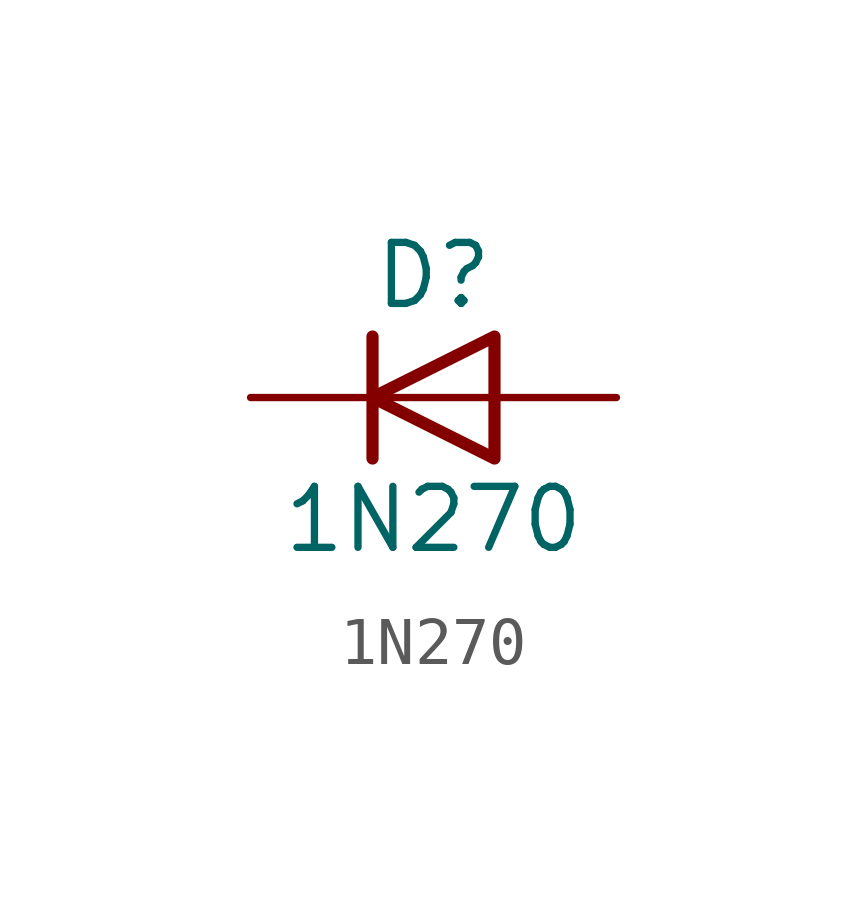
<source format=kicad_sym>
(kicad_symbol_lib
  (version 20211014)
  (generator kicad_symbol_editor)
  (symbol "1N270"
    (pin_numbers hide)
    (pin_names
      (offset 1.016) hide)
    (property "Reference" "D"
      (at 0 2.54 0)
      (effects (font (size 1.27 1.27))))
    (property "Value" "1N270"
      (at 0 -2.54 0)
      (effects (font (size 1.27 1.27))))
    (symbol "1N270_0_1"
      (polyline (pts (xy -1.27 1.27) (xy -1.27 -1.27)) (stroke (width 0.254) (type default) (color 0 0 0 0)) (fill (type none)))
      (polyline (pts (xy 1.27 0) (xy -1.27 0)) (stroke (width 0) (type default) (color 0 0 0 0)) (fill (type none)))
      (polyline (pts (xy 1.27 1.27) (xy 1.27 -1.27) (xy -1.27 0) (xy 1.27 1.27)) (stroke (width 0.254) (type default) (color 0 0 0 0)) (fill (type none))))
    (symbol "1N270_1_1"
      (pin passive line (at -3.81 0 0) (length 2.54) (name "K" (effects (font (size 1.27 1.27)))) (number "1" (effects (font (size 1.27 1.27)))))
      (pin passive line (at 3.81 0 180) (length 2.54) (name "A" (effects (font (size 1.27 1.27)))) (number "2" (effects (font (size 1.27 1.27))))))))
</source>
